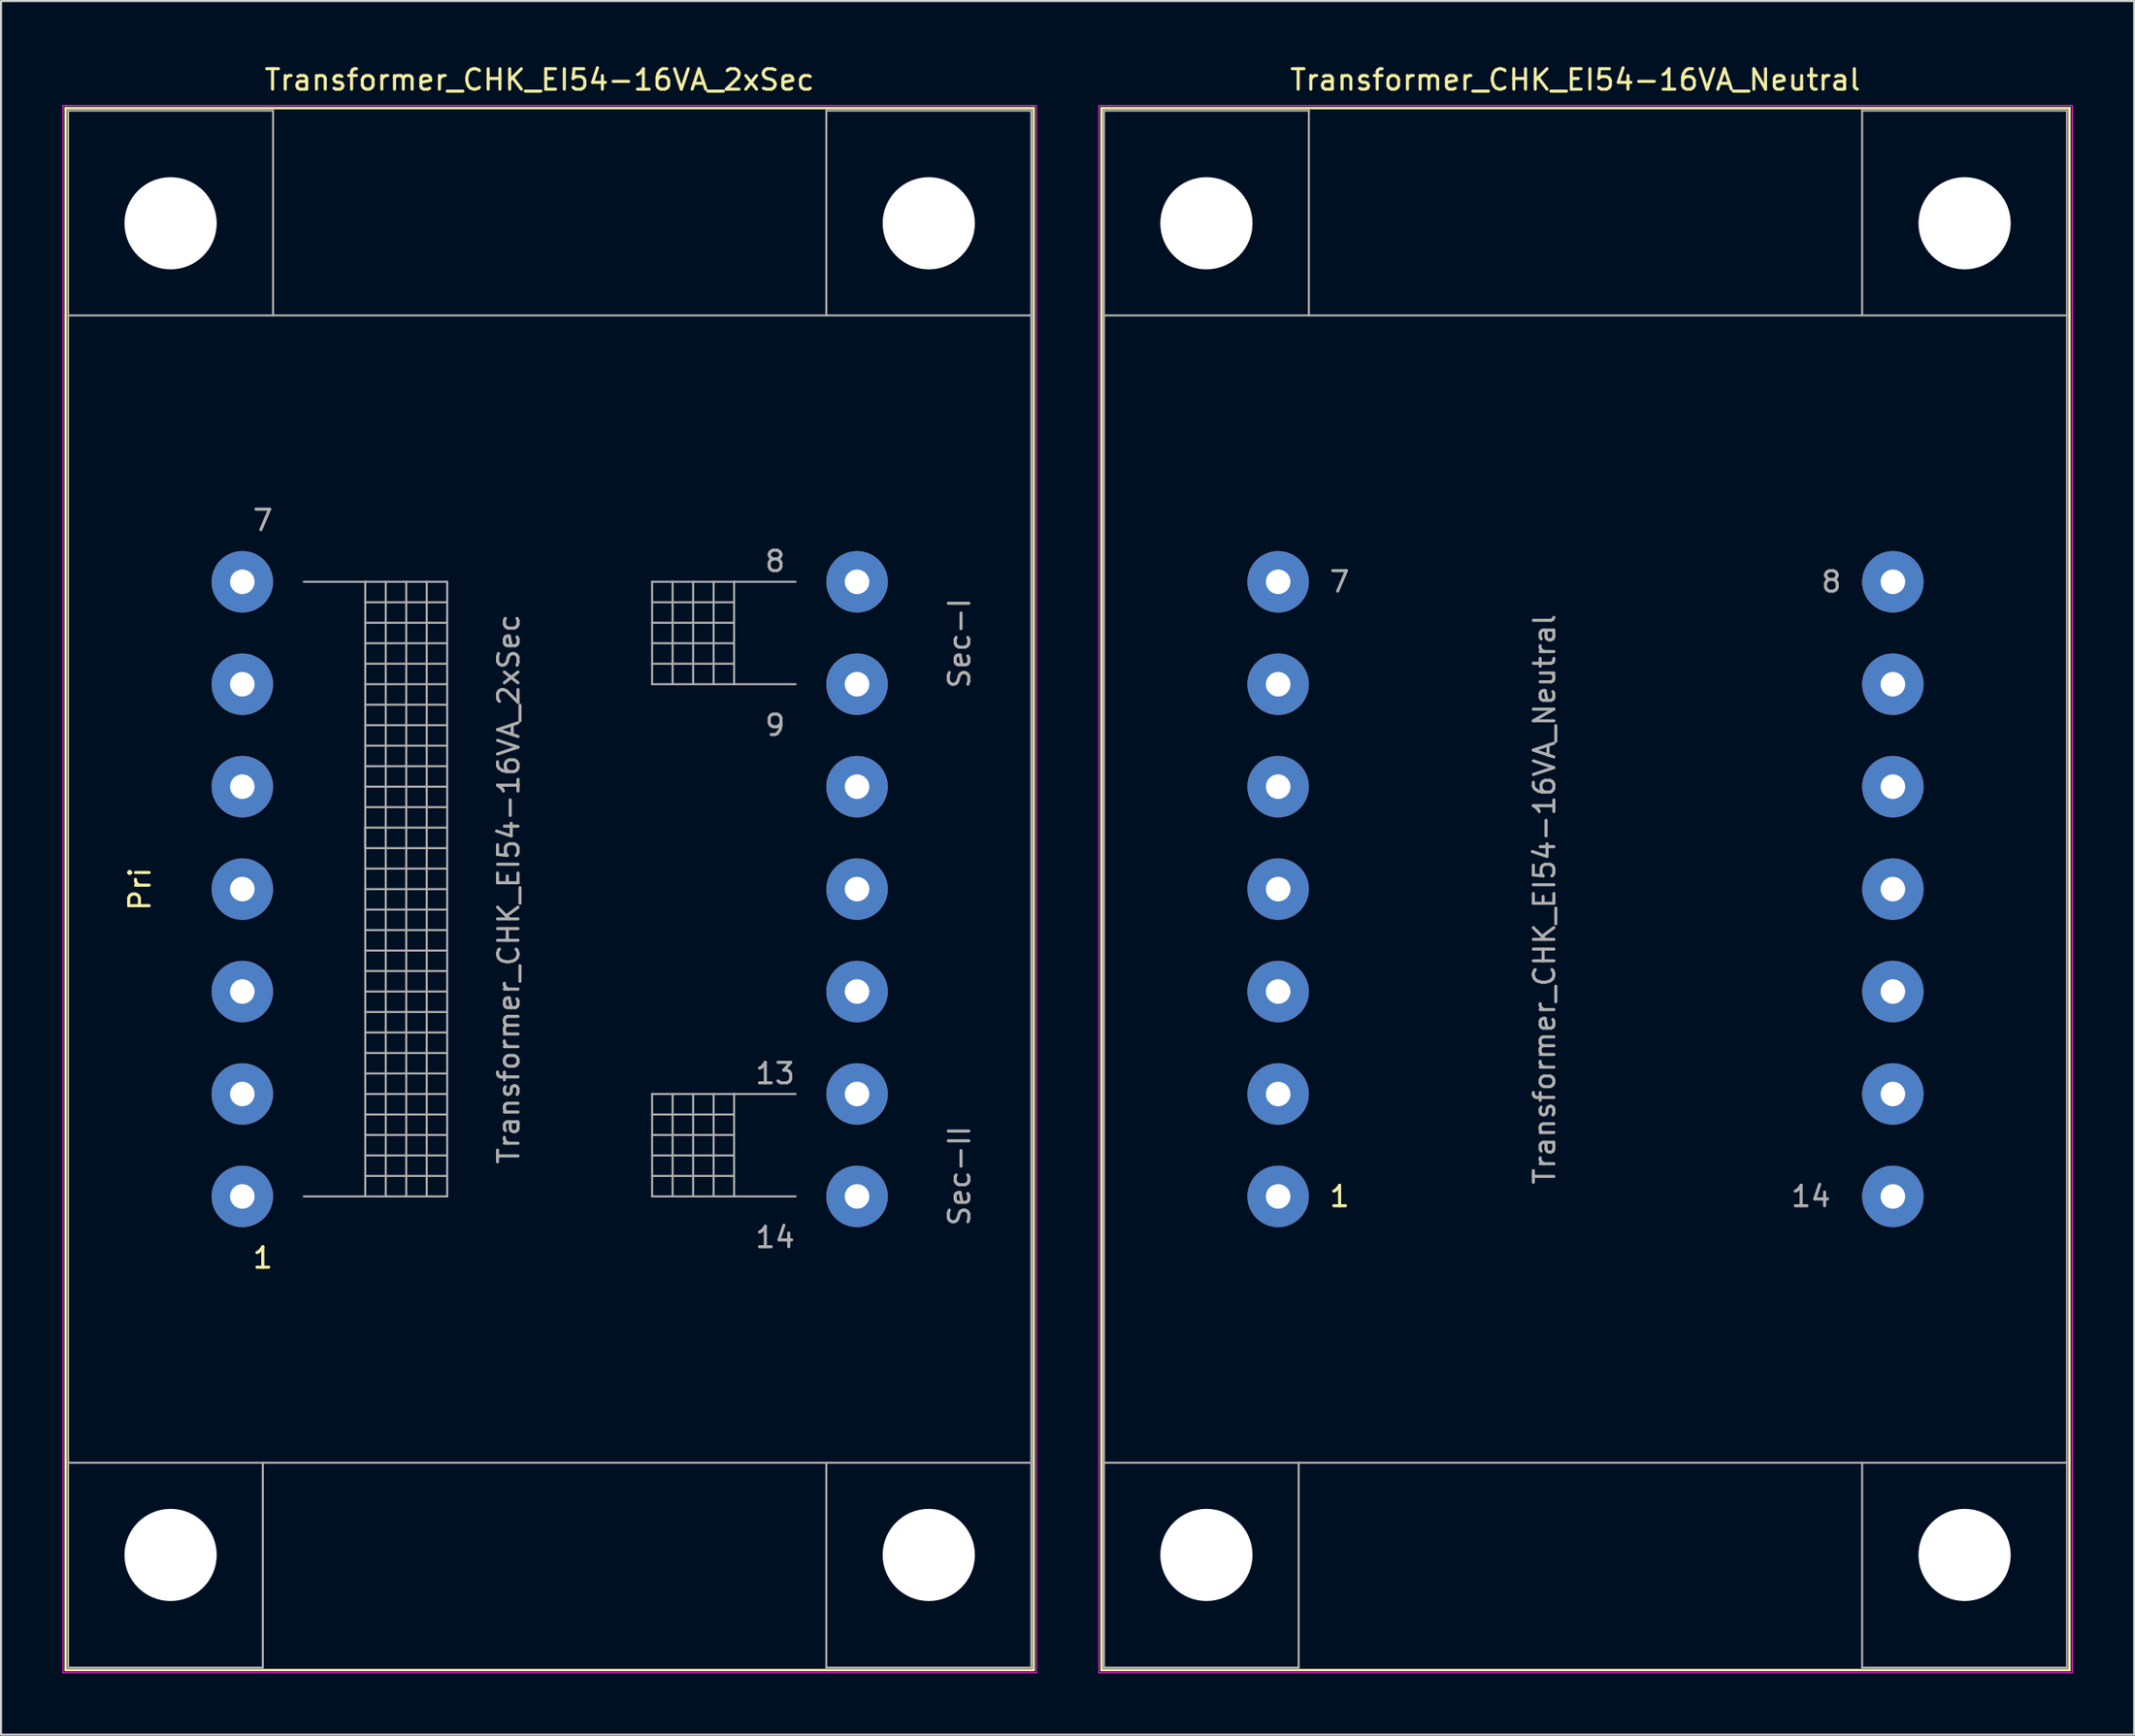
<source format=kicad_pcb>
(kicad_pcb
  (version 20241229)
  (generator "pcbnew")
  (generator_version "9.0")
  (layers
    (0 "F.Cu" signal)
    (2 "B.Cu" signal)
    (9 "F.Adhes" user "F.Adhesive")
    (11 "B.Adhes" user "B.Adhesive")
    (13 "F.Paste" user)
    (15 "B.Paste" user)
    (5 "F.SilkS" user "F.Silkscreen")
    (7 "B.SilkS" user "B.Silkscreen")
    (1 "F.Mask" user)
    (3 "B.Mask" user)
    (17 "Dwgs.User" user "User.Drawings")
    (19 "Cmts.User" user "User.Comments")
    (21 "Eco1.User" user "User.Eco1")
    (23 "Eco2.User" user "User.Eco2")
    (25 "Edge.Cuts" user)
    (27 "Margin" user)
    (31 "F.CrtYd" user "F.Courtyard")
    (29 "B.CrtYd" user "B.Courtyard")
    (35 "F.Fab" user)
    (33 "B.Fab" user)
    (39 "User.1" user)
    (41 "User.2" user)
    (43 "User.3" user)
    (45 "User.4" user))
  (footprint "Transformer_CHK_EI54-16VA_2xSec"
    (layer "F.Cu")
    (at 8.775 55.348)
    (property "Reference" "Transformer_CHK_EI54-16VA_2xSec" (at 14.5 -54.5 0) (layer "F.SilkS") (effects (font (size 1 1) (thickness 0.15))))
    (attr through_hole)
    (fp_line (start -8.62 -53.12) (end -8.62 23.12) (stroke (width 0.12) (type solid)) (layer "F.SilkS"))
    (fp_line (start -8.62 -53.12) (end 38.62 -53.12) (stroke (width 0.12) (type solid)) (layer "F.SilkS"))
    (fp_line (start 38.62 23.12) (end -8.62 23.12) (stroke (width 0.12) (type solid)) (layer "F.SilkS"))
    (fp_line (start 38.62 23.12) (end 38.62 -53.12) (stroke (width 0.12) (type solid)) (layer "F.SilkS"))
    (fp_line (start -8.75 -53.25) (end -8.75 23.25) (stroke (width 0.05) (type solid)) (layer "F.CrtYd"))
    (fp_line (start -8.75 -53.25) (end 38.75 -53.25) (stroke (width 0.05) (type solid)) (layer "F.CrtYd"))
    (fp_line (start 38.75 23.25) (end -8.75 23.25) (stroke (width 0.05) (type solid)) (layer "F.CrtYd"))
    (fp_line (start 38.75 23.25) (end 38.75 -53.25) (stroke (width 0.05) (type solid)) (layer "F.CrtYd"))
    (fp_line (start -8.5 -53) (end 1.5 -53) (stroke (width 0.1) (type solid)) (layer "F.Fab"))
    (fp_line (start -8.5 -43) (end -8.5 -53) (stroke (width 0.1) (type solid)) (layer "F.Fab"))
    (fp_line (start -8.5 -43) (end -8.5 13) (stroke (width 0.1) (type solid)) (layer "F.Fab"))
    (fp_line (start -8.5 13) (end -8.5 23) (stroke (width 0.1) (type solid)) (layer "F.Fab"))
    (fp_line (start -8.5 13) (end 38.5 13) (stroke (width 0.1) (type solid)) (layer "F.Fab"))
    (fp_line (start -8.5 23) (end 1 23) (stroke (width 0.1) (type solid)) (layer "F.Fab"))
    (fp_line (start 1 23) (end 1 13) (stroke (width 0.1) (type solid)) (layer "F.Fab"))
    (fp_line (start 1.5 -53) (end 1.5 -43) (stroke (width 0.1) (type solid)) (layer "F.Fab"))
    (fp_line (start 3 -30) (end 6 -30) (stroke (width 0.1) (type solid)) (layer "F.Fab"))
    (fp_line (start 6 -30) (end 6 0) (stroke (width 0.1) (type solid)) (layer "F.Fab"))
    (fp_line (start 6 -30) (end 10 -30) (stroke (width 0.1) (type solid)) (layer "F.Fab"))
    (fp_line (start 6 -29) (end 10 -29) (stroke (width 0.1) (type solid)) (layer "F.Fab"))
    (fp_line (start 6 -27) (end 10 -27) (stroke (width 0.1) (type solid)) (layer "F.Fab"))
    (fp_line (start 6 -25) (end 10 -25) (stroke (width 0.1) (type solid)) (layer "F.Fab"))
    (fp_line (start 6 -23) (end 10 -23) (stroke (width 0.1) (type solid)) (layer "F.Fab"))
    (fp_line (start 6 -21) (end 10 -21) (stroke (width 0.1) (type solid)) (layer "F.Fab"))
    (fp_line (start 6 -19) (end 10 -19) (stroke (width 0.1) (type solid)) (layer "F.Fab"))
    (fp_line (start 6 -18) (end 6 -17) (stroke (width 0.1) (type solid)) (layer "F.Fab"))
    (fp_line (start 6 -17) (end 10 -17) (stroke (width 0.1) (type solid)) (layer "F.Fab"))
    (fp_line (start 6 -15) (end 10 -15) (stroke (width 0.1) (type solid)) (layer "F.Fab"))
    (fp_line (start 6 -13) (end 10 -13) (stroke (width 0.1) (type solid)) (layer "F.Fab"))
    (fp_line (start 6 -11) (end 10 -11) (stroke (width 0.1) (type solid)) (layer "F.Fab"))
    (fp_line (start 6 -9) (end 10 -9) (stroke (width 0.1) (type solid)) (layer "F.Fab"))
    (fp_line (start 6 -7) (end 10 -7) (stroke (width 0.1) (type solid)) (layer "F.Fab"))
    (fp_line (start 6 -5) (end 10 -5) (stroke (width 0.1) (type solid)) (layer "F.Fab"))
    (fp_line (start 6 -3) (end 10 -3) (stroke (width 0.1) (type solid)) (layer "F.Fab"))
    (fp_line (start 6 -1) (end 10 -1) (stroke (width 0.1) (type solid)) (layer "F.Fab"))
    (fp_line (start 6 0) (end 3 0) (stroke (width 0.1) (type solid)) (layer "F.Fab"))
    (fp_line (start 7 0) (end 7 -30) (stroke (width 0.1) (type solid)) (layer "F.Fab"))
    (fp_line (start 8 -30) (end 8 0) (stroke (width 0.1) (type solid)) (layer "F.Fab"))
    (fp_line (start 9 0) (end 9 -30) (stroke (width 0.1) (type solid)) (layer "F.Fab"))
    (fp_line (start 10 -30) (end 10 0) (stroke (width 0.1) (type solid)) (layer "F.Fab"))
    (fp_line (start 10 -28) (end 6 -28) (stroke (width 0.1) (type solid)) (layer "F.Fab"))
    (fp_line (start 10 -26) (end 6 -26) (stroke (width 0.1) (type solid)) (layer "F.Fab"))
    (fp_line (start 10 -24) (end 6 -24) (stroke (width 0.1) (type solid)) (layer "F.Fab"))
    (fp_line (start 10 -22) (end 6 -22) (stroke (width 0.1) (type solid)) (layer "F.Fab"))
    (fp_line (start 10 -20) (end 6 -20) (stroke (width 0.1) (type solid)) (layer "F.Fab"))
    (fp_line (start 10 -18) (end 6 -18) (stroke (width 0.1) (type solid)) (layer "F.Fab"))
    (fp_line (start 10 -16) (end 6 -16) (stroke (width 0.1) (type solid)) (layer "F.Fab"))
    (fp_line (start 10 -14) (end 6 -14) (stroke (width 0.1) (type solid)) (layer "F.Fab"))
    (fp_line (start 10 -12) (end 6 -12) (stroke (width 0.1) (type solid)) (layer "F.Fab"))
    (fp_line (start 10 -10) (end 6 -10) (stroke (width 0.1) (type solid)) (layer "F.Fab"))
    (fp_line (start 10 -8) (end 6 -8) (stroke (width 0.1) (type solid)) (layer "F.Fab"))
    (fp_line (start 10 -6) (end 6 -6) (stroke (width 0.1) (type solid)) (layer "F.Fab"))
    (fp_line (start 10 -4) (end 6 -4) (stroke (width 0.1) (type solid)) (layer "F.Fab"))
    (fp_line (start 10 -2) (end 6 -2) (stroke (width 0.1) (type solid)) (layer "F.Fab"))
    (fp_line (start 10 0) (end 6 0) (stroke (width 0.1) (type solid)) (layer "F.Fab"))
    (fp_line (start 20 -30) (end 20 -25) (stroke (width 0.1) (type solid)) (layer "F.Fab"))
    (fp_line (start 20 -29) (end 24 -29) (stroke (width 0.1) (type solid)) (layer "F.Fab"))
    (fp_line (start 20 -27) (end 24 -27) (stroke (width 0.1) (type solid)) (layer "F.Fab"))
    (fp_line (start 20 -25) (end 24 -25) (stroke (width 0.1) (type solid)) (layer "F.Fab"))
    (fp_line (start 20 -5) (end 20 0) (stroke (width 0.1) (type solid)) (layer "F.Fab"))
    (fp_line (start 20 -4) (end 24 -4) (stroke (width 0.1) (type solid)) (layer "F.Fab"))
    (fp_line (start 20 -2) (end 24 -2) (stroke (width 0.1) (type solid)) (layer "F.Fab"))
    (fp_line (start 20 0) (end 24 0) (stroke (width 0.1) (type solid)) (layer "F.Fab"))
    (fp_line (start 21 -25) (end 21 -30) (stroke (width 0.1) (type solid)) (layer "F.Fab"))
    (fp_line (start 21 0) (end 21 -5) (stroke (width 0.1) (type solid)) (layer "F.Fab"))
    (fp_line (start 22 -30) (end 22 -25) (stroke (width 0.1) (type solid)) (layer "F.Fab"))
    (fp_line (start 22 -5) (end 22 0) (stroke (width 0.1) (type solid)) (layer "F.Fab"))
    (fp_line (start 23 -25) (end 23 -30) (stroke (width 0.1) (type solid)) (layer "F.Fab"))
    (fp_line (start 23 0) (end 23 -5) (stroke (width 0.1) (type solid)) (layer "F.Fab"))
    (fp_line (start 24 -30) (end 20 -30) (stroke (width 0.1) (type solid)) (layer "F.Fab"))
    (fp_line (start 24 -30) (end 24 -25) (stroke (width 0.1) (type solid)) (layer "F.Fab"))
    (fp_line (start 24 -28) (end 20 -28) (stroke (width 0.1) (type solid)) (layer "F.Fab"))
    (fp_line (start 24 -26) (end 20 -26) (stroke (width 0.1) (type solid)) (layer "F.Fab"))
    (fp_line (start 24 -25) (end 27 -25) (stroke (width 0.1) (type solid)) (layer "F.Fab"))
    (fp_line (start 24 -5) (end 20 -5) (stroke (width 0.1) (type solid)) (layer "F.Fab"))
    (fp_line (start 24 -5) (end 24 0) (stroke (width 0.1) (type solid)) (layer "F.Fab"))
    (fp_line (start 24 -3) (end 20 -3) (stroke (width 0.1) (type solid)) (layer "F.Fab"))
    (fp_line (start 24 -1) (end 20 -1) (stroke (width 0.1) (type solid)) (layer "F.Fab"))
    (fp_line (start 24 0) (end 27 0) (stroke (width 0.1) (type solid)) (layer "F.Fab"))
    (fp_line (start 27 -30) (end 24 -30) (stroke (width 0.1) (type solid)) (layer "F.Fab"))
    (fp_line (start 27 -5) (end 24 -5) (stroke (width 0.1) (type solid)) (layer "F.Fab"))
    (fp_line (start 28.5 -53) (end 28.5 -43) (stroke (width 0.1) (type solid)) (layer "F.Fab"))
    (fp_line (start 28.5 23) (end 28.5 13) (stroke (width 0.1) (type solid)) (layer "F.Fab"))
    (fp_line (start 38.5 -53) (end 28.5 -53) (stroke (width 0.1) (type solid)) (layer "F.Fab"))
    (fp_line (start 38.5 -43) (end -8.5 -43) (stroke (width 0.1) (type solid)) (layer "F.Fab"))
    (fp_line (start 38.5 -43) (end 38.5 -53) (stroke (width 0.1) (type solid)) (layer "F.Fab"))
    (fp_line (start 38.5 13) (end 38.5 -43) (stroke (width 0.1) (type solid)) (layer "F.Fab"))
    (fp_line (start 38.5 13) (end 38.5 23) (stroke (width 0.1) (type solid)) (layer "F.Fab"))
    (fp_line (start 38.5 23) (end 28.5 23) (stroke (width 0.1) (type solid)) (layer "F.Fab"))
    (fp_text user "1" (at 1 3 0) (layer "F.SilkS") (effects (font (size 1 1) (thickness 0.15))))
    (fp_text user "Pri" (at -5 -15 90) (layer "F.SilkS") (effects (font (size 1 1) (thickness 0.15))))
    (fp_text user "7" (at 1 -33 0) (layer "F.Fab") (effects (font (size 1 1) (thickness 0.15))))
    (fp_text user "${REFERENCE}" (at 13 -15 90) (layer "F.Fab") (effects (font (size 1 1) (thickness 0.15))))
    (fp_text user "13" (at 26 -6 0) (layer "F.Fab") (effects (font (size 1 1) (thickness 0.15))))
    (fp_text user "Sec-I" (at 35 -27 90) (layer "F.Fab") (effects (font (size 1 1) (thickness 0.15))))
    (fp_text user "8" (at 26 -31 0) (layer "F.Fab") (effects (font (size 1 1) (thickness 0.15))))
    (fp_text user "Sec-II" (at 35 -1 90) (layer "F.Fab") (effects (font (size 1 1) (thickness 0.15))))
    (fp_text user "14" (at 26 2 0) (layer "F.Fab") (effects (font (size 1 1) (thickness 0.15))))
    (fp_text user "9" (at 26 -23 0) (layer "F.Fab") (effects (font (size 1 1) (thickness 0.15))))
    (pad "" np_thru_hole circle (at -3.5 -47.5) (size 4.5 4.5) (drill 4.5) (layers "*.Cu" "*.Mask"))
    (pad "" np_thru_hole circle (at -3.5 17.5) (size 4.5 4.5) (drill 4.5) (layers "*.Cu" "*.Mask"))
    (pad "" np_thru_hole circle (at 33.5 -47.5) (size 4.5 4.5) (drill 4.5) (layers "*.Cu" "*.Mask"))
    (pad "" np_thru_hole circle (at 33.5 17.5) (size 4.5 4.5) (drill 4.5) (layers "*.Cu" "*.Mask"))
    (pad "1" thru_hole circle (at 0 0) (size 3 3) (drill 1.2) (layers "*.Cu" "*.Mask"))
    (pad "2" thru_hole circle (at 0 -5) (size 3 3) (drill 1.2) (layers "*.Cu" "*.Mask"))
    (pad "3" thru_hole circle (at 0 -10) (size 3 3) (drill 1.2) (layers "*.Cu" "*.Mask"))
    (pad "4" thru_hole circle (at 0 -15) (size 3 3) (drill 1.2) (layers "*.Cu" "*.Mask"))
    (pad "5" thru_hole circle (at 0 -20) (size 3 3) (drill 1.2) (layers "*.Cu" "*.Mask"))
    (pad "6" thru_hole circle (at 0 -25) (size 3 3) (drill 1.2) (layers "*.Cu" "*.Mask"))
    (pad "7" thru_hole circle (at 0 -30) (size 3 3) (drill 1.2) (layers "*.Cu" "*.Mask"))
    (pad "8" thru_hole circle (at 30 -30) (size 3 3) (drill 1.2) (layers "*.Cu" "*.Mask"))
    (pad "9" thru_hole circle (at 30 -25) (size 3 3) (drill 1.2) (layers "*.Cu" "*.Mask"))
    (pad "10" thru_hole circle (at 30 -20) (size 3 3) (drill 1.2) (layers "*.Cu" "*.Mask"))
    (pad "11" thru_hole circle (at 30 -15) (size 3 3) (drill 1.2) (layers "*.Cu" "*.Mask"))
    (pad "12" thru_hole circle (at 30 -10) (size 3 3) (drill 1.2) (layers "*.Cu" "*.Mask"))
    (pad "13" thru_hole circle (at 30 -5) (size 3 3) (drill 1.2) (layers "*.Cu" "*.Mask"))
    (pad "14" thru_hole circle (at 30 0) (size 3 3) (drill 1.2) (layers "*.Cu" "*.Mask")))
  (footprint "Transformer_CHK_EI54-16VA_Neutral"
    (layer "F.Cu")
    (at 59.325 55.348)
    (property "Reference" "Transformer_CHK_EI54-16VA_Neutral" (at 14.5 -54.5 0) (layer "F.SilkS") (effects (font (size 1 1) (thickness 0.15))))
    (attr through_hole)
    (fp_line (start -8.62 -53.12) (end -8.62 23.12) (stroke (width 0.12) (type solid)) (layer "F.SilkS"))
    (fp_line (start -8.62 -53.12) (end 38.62 -53.12) (stroke (width 0.12) (type solid)) (layer "F.SilkS"))
    (fp_line (start 38.62 23.12) (end -8.62 23.12) (stroke (width 0.12) (type solid)) (layer "F.SilkS"))
    (fp_line (start 38.62 23.12) (end 38.62 -53.12) (stroke (width 0.12) (type solid)) (layer "F.SilkS"))
    (fp_line (start -8.75 -53.25) (end -8.75 23.25) (stroke (width 0.05) (type solid)) (layer "F.CrtYd"))
    (fp_line (start -8.75 -53.25) (end 38.75 -53.25) (stroke (width 0.05) (type solid)) (layer "F.CrtYd"))
    (fp_line (start 38.75 23.25) (end -8.75 23.25) (stroke (width 0.05) (type solid)) (layer "F.CrtYd"))
    (fp_line (start 38.75 23.25) (end 38.75 -53.25) (stroke (width 0.05) (type solid)) (layer "F.CrtYd"))
    (fp_line (start -8.5 -53) (end 1.5 -53) (stroke (width 0.1) (type solid)) (layer "F.Fab"))
    (fp_line (start -8.5 -43) (end -8.5 -53) (stroke (width 0.1) (type solid)) (layer "F.Fab"))
    (fp_line (start -8.5 -43) (end -8.5 13) (stroke (width 0.1) (type solid)) (layer "F.Fab"))
    (fp_line (start -8.5 13) (end -8.5 23) (stroke (width 0.1) (type solid)) (layer "F.Fab"))
    (fp_line (start -8.5 13) (end 38.5 13) (stroke (width 0.1) (type solid)) (layer "F.Fab"))
    (fp_line (start -8.5 23) (end 1 23) (stroke (width 0.1) (type solid)) (layer "F.Fab"))
    (fp_line (start 1 23) (end 1 13) (stroke (width 0.1) (type solid)) (layer "F.Fab"))
    (fp_line (start 1.5 -53) (end 1.5 -43) (stroke (width 0.1) (type solid)) (layer "F.Fab"))
    (fp_line (start 28.5 -53) (end 28.5 -43) (stroke (width 0.1) (type solid)) (layer "F.Fab"))
    (fp_line (start 28.5 23) (end 28.5 13) (stroke (width 0.1) (type solid)) (layer "F.Fab"))
    (fp_line (start 38.5 -53) (end 28.5 -53) (stroke (width 0.1) (type solid)) (layer "F.Fab"))
    (fp_line (start 38.5 -43) (end -8.5 -43) (stroke (width 0.1) (type solid)) (layer "F.Fab"))
    (fp_line (start 38.5 -43) (end 38.5 -53) (stroke (width 0.1) (type solid)) (layer "F.Fab"))
    (fp_line (start 38.5 13) (end 38.5 -43) (stroke (width 0.1) (type solid)) (layer "F.Fab"))
    (fp_line (start 38.5 13) (end 38.5 23) (stroke (width 0.1) (type solid)) (layer "F.Fab"))
    (fp_line (start 38.5 23) (end 28.5 23) (stroke (width 0.1) (type solid)) (layer "F.Fab"))
    (fp_text user "1" (at 3 0 0) (layer "F.SilkS") (effects (font (size 1 1) (thickness 0.15))))
    (fp_text user "7" (at 3 -30 0) (layer "F.Fab") (effects (font (size 1 1) (thickness 0.15))))
    (fp_text user "${REFERENCE}" (at 13 -14.5 90) (layer "F.Fab") (effects (font (size 1 1) (thickness 0.15))))
    (fp_text user "8" (at 27 -30 0) (layer "F.Fab") (effects (font (size 1 1) (thickness 0.15))))
    (fp_text user "14" (at 26 0 0) (layer "F.Fab") (effects (font (size 1 1) (thickness 0.15))))
    (pad "" np_thru_hole circle (at -3.5 -47.5) (size 4.5 4.5) (drill 4.5) (layers "*.Cu" "*.Mask"))
    (pad "" np_thru_hole circle (at -3.5 17.5) (size 4.5 4.5) (drill 4.5) (layers "*.Cu" "*.Mask"))
    (pad "" np_thru_hole circle (at 33.5 -47.5) (size 4.5 4.5) (drill 4.5) (layers "*.Cu" "*.Mask"))
    (pad "" np_thru_hole circle (at 33.5 17.5) (size 4.5 4.5) (drill 4.5) (layers "*.Cu" "*.Mask"))
    (pad "1" thru_hole circle (at 0 0) (size 3 3) (drill 1.2) (layers "*.Cu" "*.Mask"))
    (pad "2" thru_hole circle (at 0 -5) (size 3 3) (drill 1.2) (layers "*.Cu" "*.Mask"))
    (pad "3" thru_hole circle (at 0 -10) (size 3 3) (drill 1.2) (layers "*.Cu" "*.Mask"))
    (pad "4" thru_hole circle (at 0 -15) (size 3 3) (drill 1.2) (layers "*.Cu" "*.Mask"))
    (pad "5" thru_hole circle (at 0 -20) (size 3 3) (drill 1.2) (layers "*.Cu" "*.Mask"))
    (pad "6" thru_hole circle (at 0 -25) (size 3 3) (drill 1.2) (layers "*.Cu" "*.Mask"))
    (pad "7" thru_hole circle (at 0 -30) (size 3 3) (drill 1.2) (layers "*.Cu" "*.Mask"))
    (pad "8" thru_hole circle (at 30 -30) (size 3 3) (drill 1.2) (layers "*.Cu" "*.Mask"))
    (pad "9" thru_hole circle (at 30 -25) (size 3 3) (drill 1.2) (layers "*.Cu" "*.Mask"))
    (pad "10" thru_hole circle (at 30 -20) (size 3 3) (drill 1.2) (layers "*.Cu" "*.Mask"))
    (pad "11" thru_hole circle (at 30 -15) (size 3 3) (drill 1.2) (layers "*.Cu" "*.Mask"))
    (pad "12" thru_hole circle (at 30 -10) (size 3 3) (drill 1.2) (layers "*.Cu" "*.Mask"))
    (pad "13" thru_hole circle (at 30 -5) (size 3 3) (drill 1.2) (layers "*.Cu" "*.Mask"))
    (pad "14" thru_hole circle (at 30 0) (size 3 3) (drill 1.2) (layers "*.Cu" "*.Mask")))
  (gr_rect
    (start -3 -3)
    (end 101.1 81.623)
    (stroke (width 0.1) (type default))
    (fill no)
    (layer "Edge.Cuts")))
</source>
